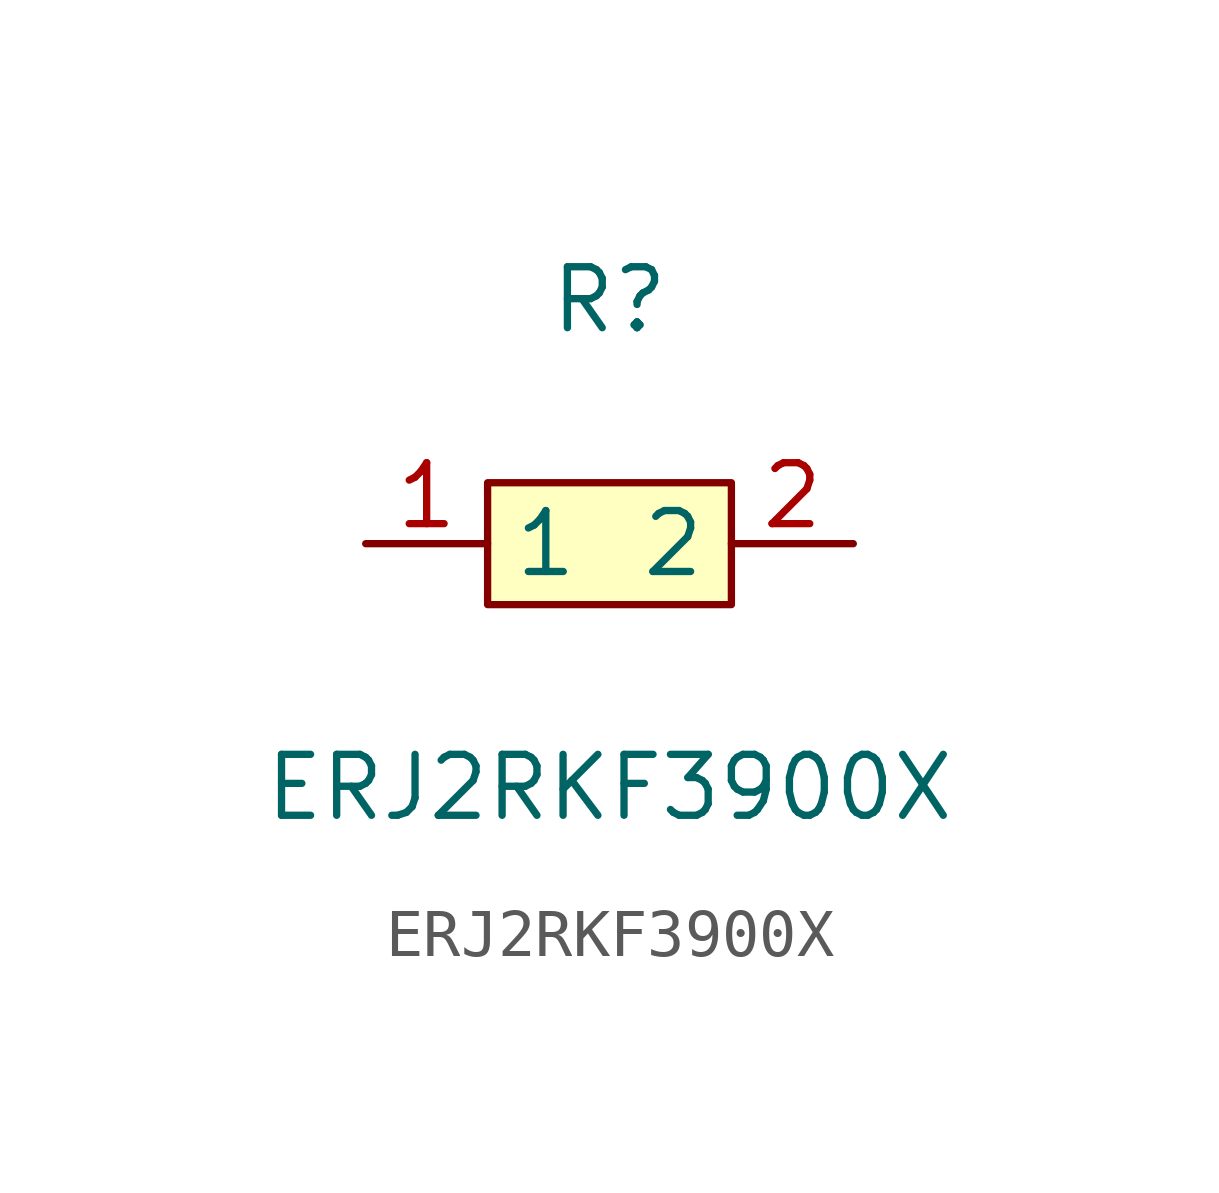
<source format=kicad_sym>
(kicad_symbol_lib
  (version 1)
  (generator "faebryk")
  (symbol "ERJ2RKF3900X"
    (property "Reference" "R"
      (at 0 5.08 0)
      (effects (font (size 1.27 1.27)) (hide no)))
    (property "Value" "ERJ2RKF3900X"
      (at 0 -5.08 0)
      (effects (font (size 1.27 1.27)) (hide no)))
    (symbol "ERJ2RKF3900X_0_1"
      (rectangle (start -2.54 1.27) (end 2.54 -1.27) (stroke (width 0) (type default) (color 0 0 0 0)) (fill (type background)))
      (pin unspecified line (at 5.08 0 180) (length 2.54) (name "2" (effects (font (size 1.27 1.27)) (hide no))) (number "2" (effects (font (size 1.27 1.27)) (hide no))))
      (pin unspecified line (at -5.08 0 0) (length 2.54) (name "1" (effects (font (size 1.27 1.27)) (hide no))) (number "1" (effects (font (size 1.27 1.27)) (hide no)))))))
</source>
